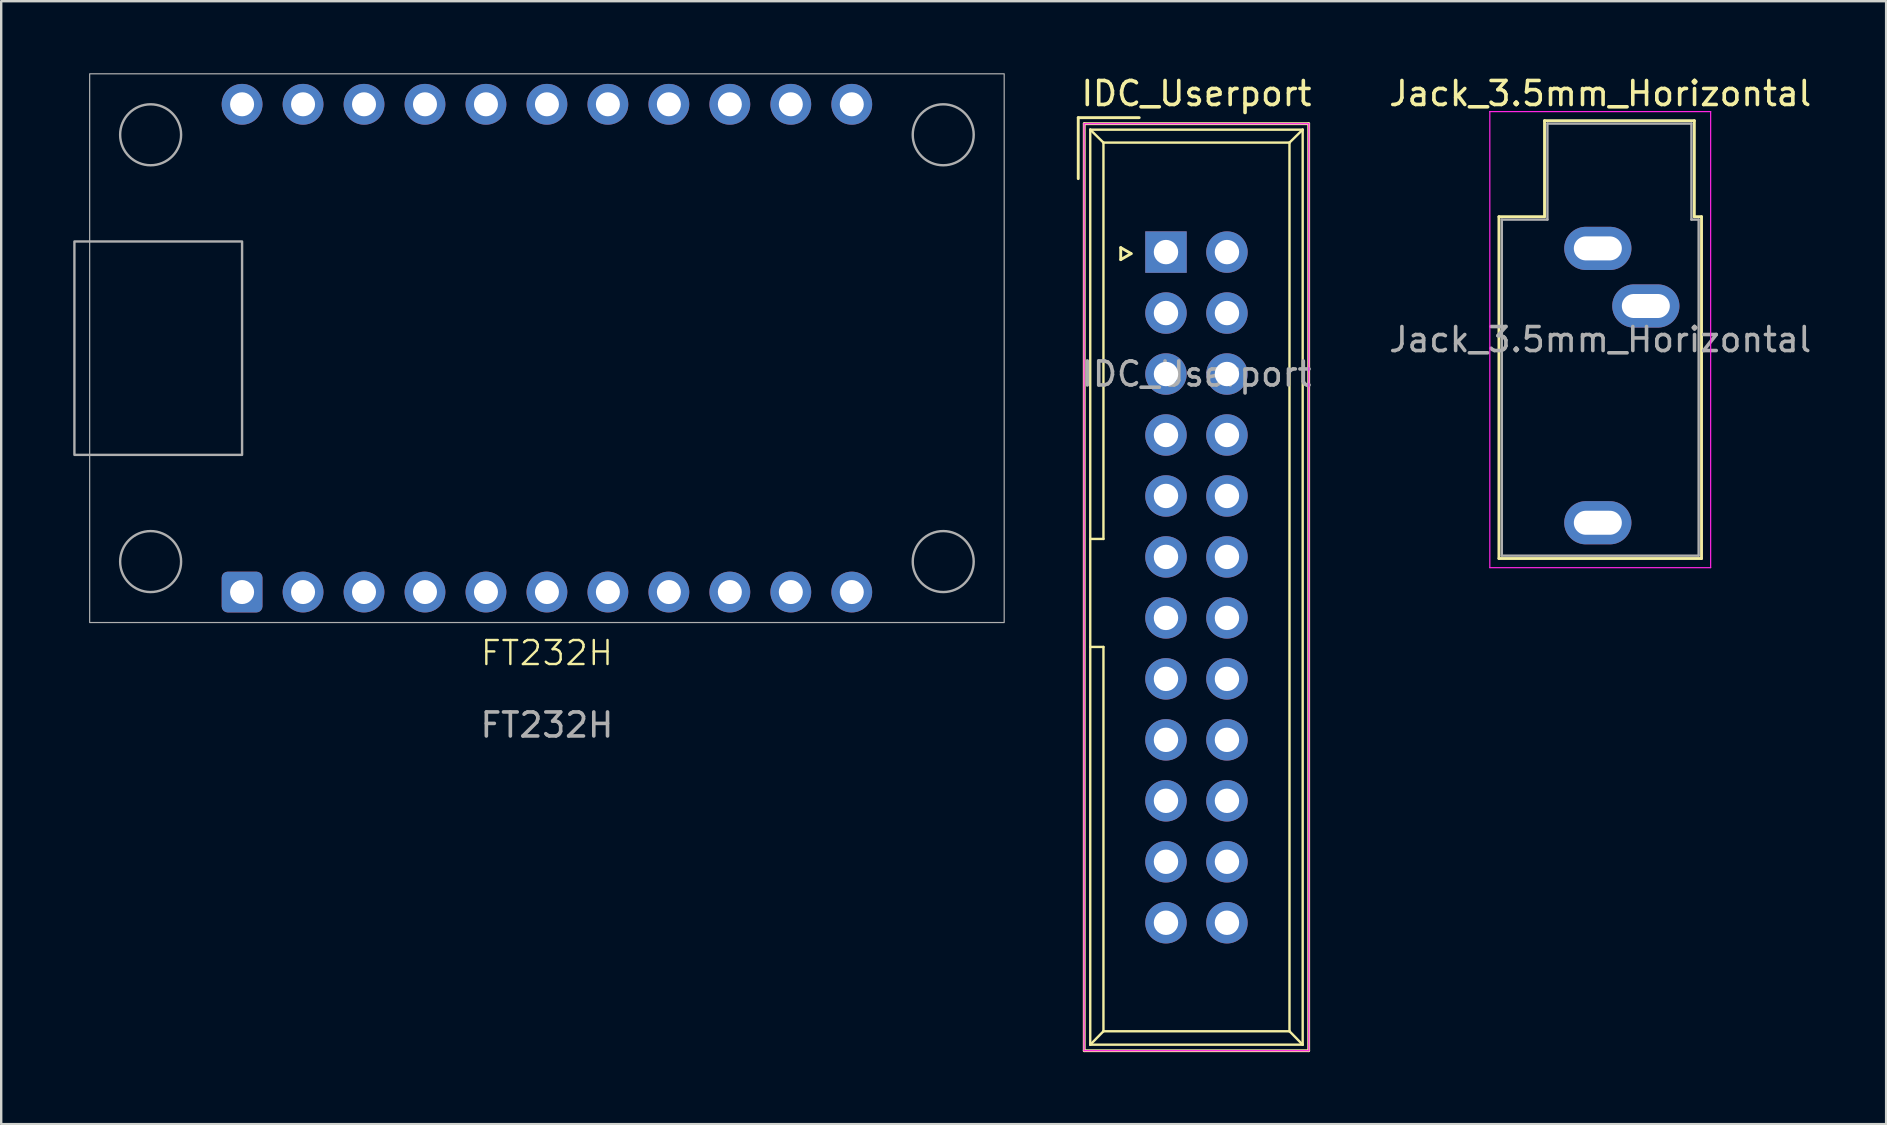
<source format=kicad_pcb>
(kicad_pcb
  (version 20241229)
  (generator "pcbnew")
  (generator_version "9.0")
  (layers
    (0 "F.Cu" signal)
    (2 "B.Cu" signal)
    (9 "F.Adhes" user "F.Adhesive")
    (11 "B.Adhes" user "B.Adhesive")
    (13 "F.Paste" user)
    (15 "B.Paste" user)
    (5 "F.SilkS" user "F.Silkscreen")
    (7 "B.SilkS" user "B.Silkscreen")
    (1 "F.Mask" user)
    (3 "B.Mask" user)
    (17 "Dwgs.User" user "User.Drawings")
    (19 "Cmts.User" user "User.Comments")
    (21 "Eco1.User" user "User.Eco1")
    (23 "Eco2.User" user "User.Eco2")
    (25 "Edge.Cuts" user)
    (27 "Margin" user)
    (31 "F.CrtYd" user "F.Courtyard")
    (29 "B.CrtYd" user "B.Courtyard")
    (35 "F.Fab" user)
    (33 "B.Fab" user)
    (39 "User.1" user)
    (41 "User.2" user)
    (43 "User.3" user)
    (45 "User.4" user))
  (footprint "Jack_3.5mm_Horizontal"
    (layer "F.Cu")
    (at 63.516 7.298)
    (property "Reference" "Jack_3.5mm_Horizontal" (at 0.1 -6.45 0) (layer "F.SilkS") (effects (font (size 1 1) (thickness 0.15))))
    (attr through_hole)
    (fp_line (start -4.12 -1.32) (end -2.22 -1.32) (stroke (width 0.12) (type solid)) (layer "F.SilkS"))
    (fp_line (start -4.12 12.92) (end -4.12 -1.32) (stroke (width 0.12) (type solid)) (layer "F.SilkS"))
    (fp_line (start -2.22 -5.32) (end 4.02 -5.32) (stroke (width 0.12) (type solid)) (layer "F.SilkS"))
    (fp_line (start -2.22 -1.32) (end -2.22 -5.32) (stroke (width 0.12) (type solid)) (layer "F.SilkS"))
    (fp_line (start 4.02 -5.32) (end 4.02 -1.32) (stroke (width 0.12) (type solid)) (layer "F.SilkS"))
    (fp_line (start 4.02 -1.32) (end 4.32 -1.32) (stroke (width 0.12) (type solid)) (layer "F.SilkS"))
    (fp_line (start 4.32 -1.32) (end 4.32 12.92) (stroke (width 0.12) (type solid)) (layer "F.SilkS"))
    (fp_line (start 4.32 12.92) (end -4.12 12.92) (stroke (width 0.12) (type solid)) (layer "F.SilkS"))
    (fp_line (start -4.5 -5.7) (end -4.5 13.3) (stroke (width 0.05) (type solid)) (layer "F.CrtYd"))
    (fp_line (start -4.5 13.3) (end 4.7 13.3) (stroke (width 0.05) (type solid)) (layer "F.CrtYd"))
    (fp_line (start 4.7 -5.7) (end -4.5 -5.7) (stroke (width 0.05) (type solid)) (layer "F.CrtYd"))
    (fp_line (start 4.7 13.3) (end 4.7 -5.7) (stroke (width 0.05) (type solid)) (layer "F.CrtYd"))
    (fp_line (start -4 -1.2) (end -2.1 -1.2) (stroke (width 0.1) (type solid)) (layer "F.Fab"))
    (fp_line (start -4 12.8) (end -4 -1.2) (stroke (width 0.1) (type solid)) (layer "F.Fab"))
    (fp_line (start -2.1 -5.2) (end 3.9 -5.2) (stroke (width 0.1) (type solid)) (layer "F.Fab"))
    (fp_line (start -2.1 -1.2) (end -2.1 -5.2) (stroke (width 0.1) (type solid)) (layer "F.Fab"))
    (fp_line (start 3.9 -5.2) (end 3.9 -1.2) (stroke (width 0.1) (type solid)) (layer "F.Fab"))
    (fp_line (start 3.9 -1.2) (end 4.2 -1.2) (stroke (width 0.1) (type solid)) (layer "F.Fab"))
    (fp_line (start 4.2 -1.2) (end 4.2 12.8) (stroke (width 0.1) (type solid)) (layer "F.Fab"))
    (fp_line (start 4.2 12.8) (end -4 12.8) (stroke (width 0.1) (type solid)) (layer "F.Fab"))
    (fp_text user "${REFERENCE}" (at 0.1 3.8 0) (layer "F.Fab") (effects (font (size 1 1) (thickness 0.15))))
    (pad "R" thru_hole oval (at 0 11.43) (size 2.8 1.8) (drill oval 2 1) (layers "*.Cu" "*.Mask"))
    (pad "S" thru_hole oval (at 0 0) (size 2.8 1.8) (drill oval 2 1) (layers "*.Cu" "*.Mask"))
    (pad "T" thru_hole oval (at 2 2.4) (size 2.8 1.8) (drill oval 2 1) (layers "*.Cu" "*.Mask")))
  (footprint "FT232H"
    (layer "F.Cu")
    (at 19.735 11.455)
    (property "Reference" "FT232H" (at 0 12.7 0) (unlocked yes) (layer "F.SilkS") (effects (font (size 1 1) (thickness 0.1))))
    (attr through_hole)
    (fp_rect (start -19.685 -4.445) (end -12.7 4.445) (stroke (width 0.1) (type default)) (fill no) (layer "F.Fab"))
    (fp_rect (start -19.05 -11.43) (end 19.05 11.43) (stroke (width 0.05) (type solid)) (fill no) (layer "F.Fab"))
    (fp_circle (center -16.51 -8.89) (end -15.24 -8.89) (stroke (width 0.1) (type default)) (fill no) (layer "F.Fab"))
    (fp_circle (center -16.51 8.89) (end -15.24 8.89) (stroke (width 0.1) (type default)) (fill no) (layer "F.Fab"))
    (fp_circle (center 16.51 -8.89) (end 17.78 -8.89) (stroke (width 0.1) (type default)) (fill no) (layer "F.Fab"))
    (fp_circle (center 16.51 8.89) (end 17.78 8.89) (stroke (width 0.1) (type default)) (fill no) (layer "F.Fab"))
    (fp_text user "${REFERENCE}" (at 0 15.7 0) (unlocked yes) (layer "F.Fab") (effects (font (size 1 1) (thickness 0.15))))
    (pad "1" thru_hole roundrect (at -12.7 10.16) (size 1.7 1.7) (drill 1) (layers "*.Cu" "*.Mask") (roundrect_rratio 0.147))
    (pad "2" thru_hole circle (at -10.16 10.16) (size 1.7 1.7) (drill 1) (layers "*.Cu" "*.Mask"))
    (pad "3" thru_hole circle (at -7.62 10.16) (size 1.7 1.7) (drill 1) (layers "*.Cu" "*.Mask"))
    (pad "4" thru_hole circle (at -5.08 10.16) (size 1.7 1.7) (drill 1) (layers "*.Cu" "*.Mask"))
    (pad "5" thru_hole circle (at -2.54 10.16) (size 1.7 1.7) (drill 1) (layers "*.Cu" "*.Mask"))
    (pad "6" thru_hole circle (at 0 10.16) (size 1.7 1.7) (drill 1) (layers "*.Cu" "*.Mask"))
    (pad "7" thru_hole circle (at 2.54 10.16) (size 1.7 1.7) (drill 1) (layers "*.Cu" "*.Mask"))
    (pad "8" thru_hole circle (at 5.08 10.16) (size 1.7 1.7) (drill 1) (layers "*.Cu" "*.Mask"))
    (pad "9" thru_hole circle (at 7.62 10.16) (size 1.7 1.7) (drill 1) (layers "*.Cu" "*.Mask"))
    (pad "10" thru_hole circle (at 10.16 10.16) (size 1.7 1.7) (drill 1) (layers "*.Cu" "*.Mask"))
    (pad "11" thru_hole circle (at 12.7 10.16) (size 1.7 1.7) (drill 1) (layers "*.Cu" "*.Mask"))
    (pad "12" thru_hole circle (at 12.7 -10.16) (size 1.7 1.7) (drill 1) (layers "*.Cu" "*.Mask"))
    (pad "13" thru_hole circle (at 10.16 -10.16) (size 1.7 1.7) (drill 1) (layers "*.Cu" "*.Mask"))
    (pad "14" thru_hole circle (at 7.62 -10.16) (size 1.7 1.7) (drill 1) (layers "*.Cu" "*.Mask"))
    (pad "15" thru_hole circle (at 5.08 -10.16) (size 1.7 1.7) (drill 1) (layers "*.Cu" "*.Mask"))
    (pad "16" thru_hole circle (at 2.54 -10.16) (size 1.7 1.7) (drill 1) (layers "*.Cu" "*.Mask"))
    (pad "17" thru_hole circle (at 0 -10.16) (size 1.7 1.7) (drill 1) (layers "*.Cu" "*.Mask"))
    (pad "18" thru_hole circle (at -2.54 -10.16) (size 1.7 1.7) (drill 1) (layers "*.Cu" "*.Mask"))
    (pad "19" thru_hole circle (at -5.08 -10.16) (size 1.7 1.7) (drill 1) (layers "*.Cu" "*.Mask"))
    (pad "20" thru_hole circle (at -7.62 -10.16) (size 1.7 1.7) (drill 1) (layers "*.Cu" "*.Mask"))
    (pad "21" thru_hole circle (at -10.16 -10.16) (size 1.7 1.7) (drill 1) (layers "*.Cu" "*.Mask"))
    (pad "22" thru_hole circle (at -12.7 -10.16) (size 1.7 1.7) (drill 1) (layers "*.Cu" "*.Mask")))
  (footprint "IDC_Userport"
    (layer "F.Cu")
    (at 45.525 7.452)
    (property "Reference" "IDC_Userport" (at 1.27 -6.604 0) (layer "F.SilkS") (effects (font (size 1 1) (thickness 0.15))))
    (attr through_hole)
    (fp_line (start -3.655 -5.6) (end -3.655 -3.06) (stroke (width 0.12) (type solid)) (layer "F.SilkS"))
    (fp_line (start -3.655 -5.6) (end -1.115 -5.6) (stroke (width 0.12) (type solid)) (layer "F.SilkS"))
    (fp_line (start -3.405 -5.35) (end 5.945 -5.35) (stroke (width 0.12) (type solid)) (layer "F.SilkS"))
    (fp_line (start -3.405 33.27) (end -3.405 -5.35) (stroke (width 0.12) (type solid)) (layer "F.SilkS"))
    (fp_line (start -3.155 -5.1) (end -3.155 33.02) (stroke (width 0.1) (type solid)) (layer "F.SilkS"))
    (fp_line (start -3.155 -5.1) (end -2.605 -4.56) (stroke (width 0.1) (type solid)) (layer "F.SilkS"))
    (fp_line (start -3.155 33.02) (end -2.605 32.46) (stroke (width 0.1) (type solid)) (layer "F.SilkS"))
    (fp_line (start -2.605 -4.56) (end -2.605 11.95) (stroke (width 0.1) (type solid)) (layer "F.SilkS"))
    (fp_line (start -2.605 11.95) (end -3.155 11.95) (stroke (width 0.1) (type solid)) (layer "F.SilkS"))
    (fp_line (start -2.605 16.45) (end -3.155 16.45) (stroke (width 0.1) (type solid)) (layer "F.SilkS"))
    (fp_line (start -2.605 16.45) (end -2.605 32.46) (stroke (width 0.1) (type solid)) (layer "F.SilkS"))
    (fp_line (start -1.885 -0.186) (end -1.452 0.064) (stroke (width 0.12) (type solid)) (layer "F.SilkS"))
    (fp_line (start -1.885 0.314) (end -1.885 -0.186) (stroke (width 0.12) (type solid)) (layer "F.SilkS"))
    (fp_line (start -1.452 0.064) (end -1.885 0.314) (stroke (width 0.12) (type solid)) (layer "F.SilkS"))
    (fp_line (start 5.145 -4.56) (end -2.605 -4.56) (stroke (width 0.1) (type solid)) (layer "F.SilkS"))
    (fp_line (start 5.145 -4.56) (end 5.145 32.46) (stroke (width 0.1) (type solid)) (layer "F.SilkS"))
    (fp_line (start 5.145 32.46) (end -2.605 32.46) (stroke (width 0.1) (type solid)) (layer "F.SilkS"))
    (fp_line (start 5.695 -5.1) (end -3.155 -5.1) (stroke (width 0.1) (type solid)) (layer "F.SilkS"))
    (fp_line (start 5.695 -5.1) (end 5.145 -4.56) (stroke (width 0.1) (type solid)) (layer "F.SilkS"))
    (fp_line (start 5.695 -5.1) (end 5.695 33.02) (stroke (width 0.1) (type solid)) (layer "F.SilkS"))
    (fp_line (start 5.695 33.02) (end -3.155 33.02) (stroke (width 0.1) (type solid)) (layer "F.SilkS"))
    (fp_line (start 5.695 33.02) (end 5.145 32.46) (stroke (width 0.1) (type solid)) (layer "F.SilkS"))
    (fp_line (start 5.945 -5.35) (end 5.945 33.27) (stroke (width 0.12) (type solid)) (layer "F.SilkS"))
    (fp_line (start 5.945 33.27) (end -3.405 33.27) (stroke (width 0.12) (type solid)) (layer "F.SilkS"))
    (fp_line (start -3.41 -5.35) (end 5.95 -5.35) (stroke (width 0.05) (type solid)) (layer "F.CrtYd"))
    (fp_line (start -3.41 33.27) (end -3.41 -5.35) (stroke (width 0.05) (type solid)) (layer "F.CrtYd"))
    (fp_line (start 5.95 -5.35) (end 5.95 33.27) (stroke (width 0.05) (type solid)) (layer "F.CrtYd"))
    (fp_line (start 5.95 33.27) (end -3.41 33.27) (stroke (width 0.05) (type solid)) (layer "F.CrtYd"))
    (fp_text user "${REFERENCE}" (at 1.27 5.08 0) (layer "F.Fab") (effects (font (size 1 1) (thickness 0.15))))
    (pad "1" thru_hole rect (at 0 0) (size 1.727 1.727) (drill 1.016) (layers "*.Cu" "*.Mask"))
    (pad "2" thru_hole oval (at 0 2.54) (size 1.727 1.727) (drill 1.016) (layers "*.Cu" "*.Mask"))
    (pad "3" thru_hole oval (at 0 5.08) (size 1.727 1.727) (drill 1.016) (layers "*.Cu" "*.Mask"))
    (pad "4" thru_hole oval (at 0 7.62) (size 1.727 1.727) (drill 1.016) (layers "*.Cu" "*.Mask"))
    (pad "5" thru_hole oval (at 0 10.16) (size 1.727 1.727) (drill 1.016) (layers "*.Cu" "*.Mask"))
    (pad "6" thru_hole oval (at 0 12.7) (size 1.727 1.727) (drill 1.016) (layers "*.Cu" "*.Mask"))
    (pad "7" thru_hole oval (at 0 15.24) (size 1.727 1.727) (drill 1.016) (layers "*.Cu" "*.Mask"))
    (pad "8" thru_hole oval (at 0 17.78) (size 1.727 1.727) (drill 1.016) (layers "*.Cu" "*.Mask"))
    (pad "9" thru_hole oval (at 0 20.32) (size 1.727 1.727) (drill 1.016) (layers "*.Cu" "*.Mask"))
    (pad "10" thru_hole oval (at 0 22.86) (size 1.727 1.727) (drill 1.016) (layers "*.Cu" "*.Mask"))
    (pad "11" thru_hole oval (at 0 25.4) (size 1.727 1.727) (drill 1.016) (layers "*.Cu" "*.Mask"))
    (pad "12" thru_hole oval (at 0 27.94) (size 1.727 1.727) (drill 1.016) (layers "*.Cu" "*.Mask"))
    (pad "A" thru_hole oval (at 2.54 0) (size 1.727 1.727) (drill 1.016) (layers "*.Cu" "*.Mask"))
    (pad "B" thru_hole oval (at 2.54 2.54) (size 1.727 1.727) (drill 1.016) (layers "*.Cu" "*.Mask"))
    (pad "C" thru_hole oval (at 2.54 5.08) (size 1.727 1.727) (drill 1.016) (layers "*.Cu" "*.Mask"))
    (pad "D" thru_hole oval (at 2.54 7.62) (size 1.727 1.727) (drill 1.016) (layers "*.Cu" "*.Mask"))
    (pad "E" thru_hole oval (at 2.54 10.16) (size 1.727 1.727) (drill 1.016) (layers "*.Cu" "*.Mask"))
    (pad "F" thru_hole oval (at 2.54 12.7) (size 1.727 1.727) (drill 1.016) (layers "*.Cu" "*.Mask"))
    (pad "H" thru_hole oval (at 2.54 15.24) (size 1.727 1.727) (drill 1.016) (layers "*.Cu" "*.Mask"))
    (pad "J" thru_hole oval (at 2.54 17.78) (size 1.727 1.727) (drill 1.016) (layers "*.Cu" "*.Mask"))
    (pad "K" thru_hole oval (at 2.54 20.32) (size 1.727 1.727) (drill 1.016) (layers "*.Cu" "*.Mask"))
    (pad "L" thru_hole oval (at 2.54 22.86) (size 1.727 1.727) (drill 1.016) (layers "*.Cu" "*.Mask"))
    (pad "M" thru_hole oval (at 2.54 25.4) (size 1.727 1.727) (drill 1.016) (layers "*.Cu" "*.Mask"))
    (pad "N" thru_hole oval (at 2.54 27.94) (size 1.727 1.727) (drill 1.016) (layers "*.Cu" "*.Mask")))
  (gr_rect
    (start -3 -3)
    (end 75.527 43.782)
    (stroke (width 0.1) (type default))
    (fill no)
    (layer "Edge.Cuts")))
</source>
